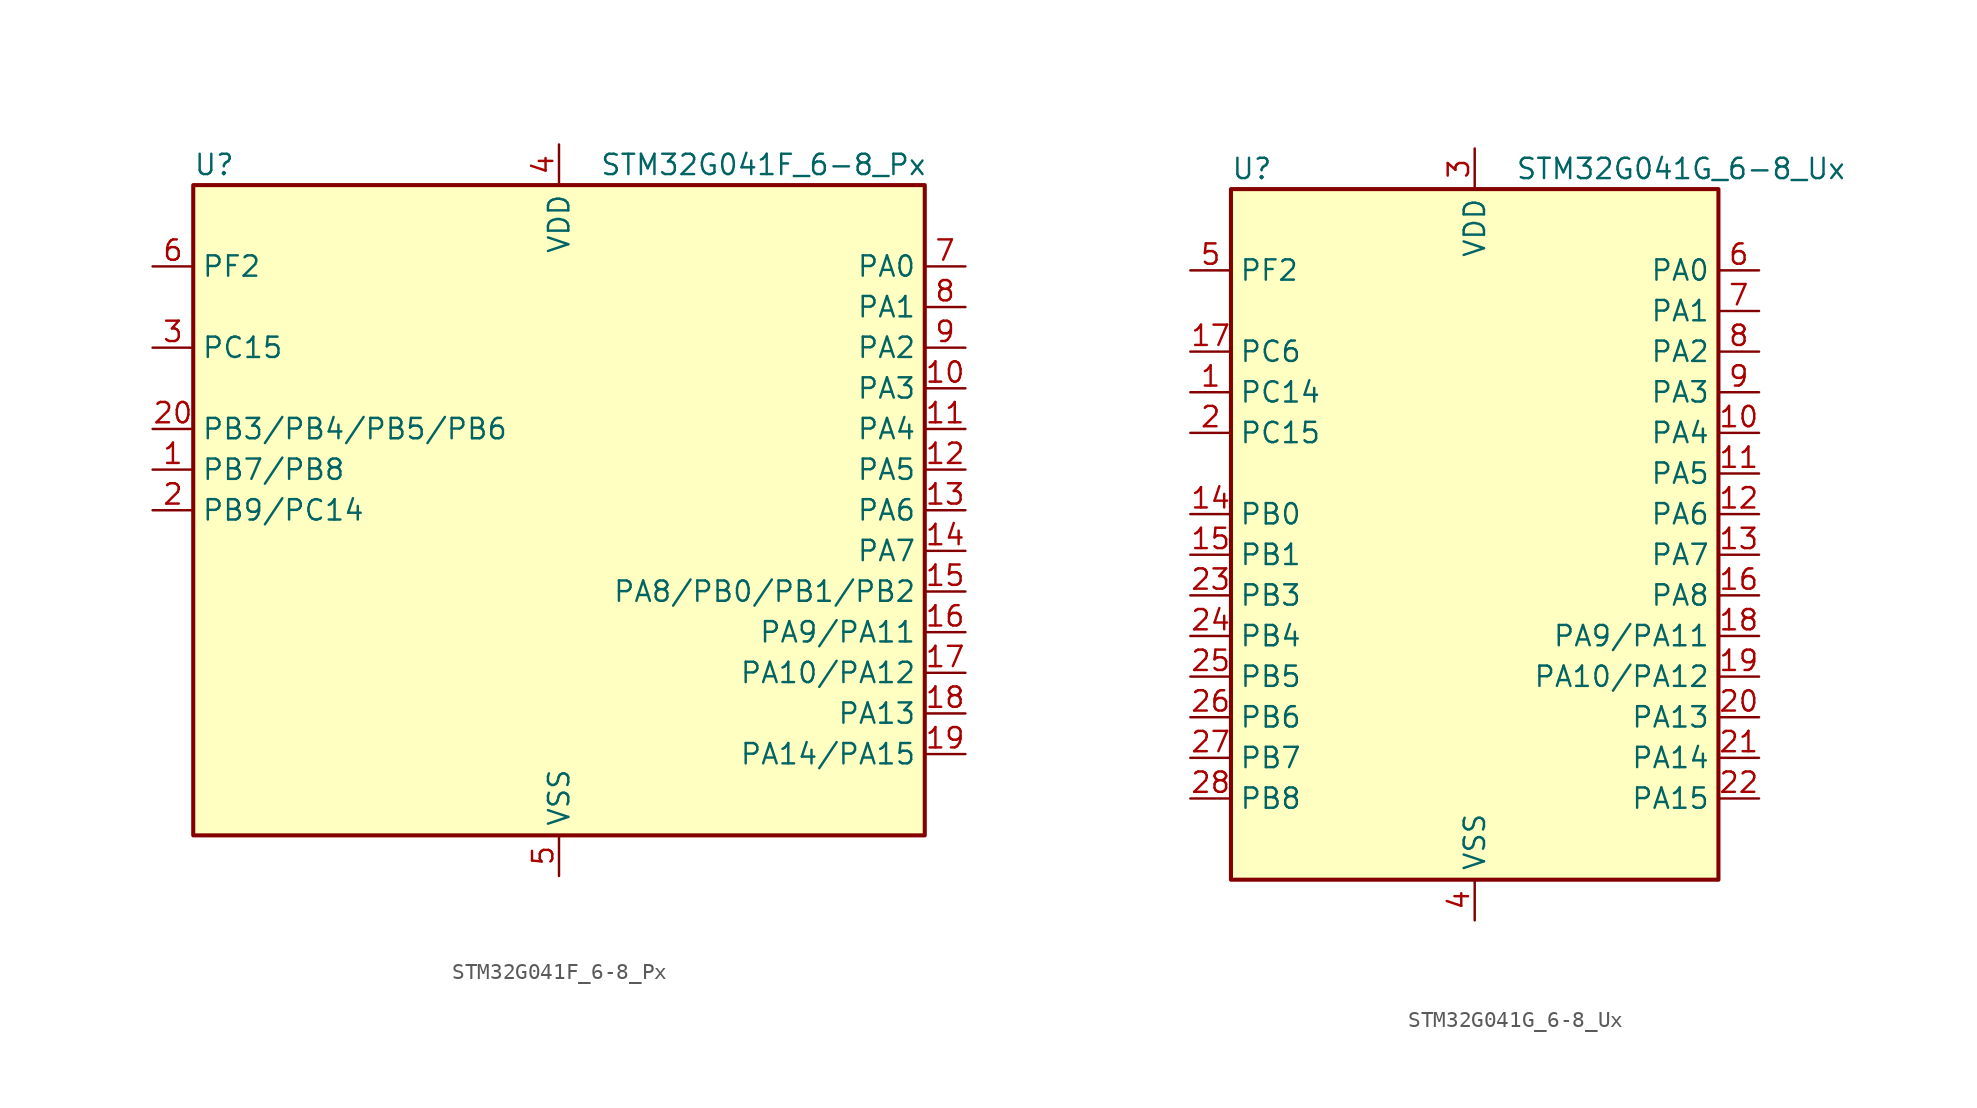
<source format=kicad_sym>
(kicad_symbol_lib
  (version 20231120)
  (generator "kicad-library-utils")
  (generator_version "8.0")
  (symbol "STM32G041F_6-8_Px"
    (property "Reference" "U"
      (at -22.86 21.59 0)
      (effects (font (size 1.27 1.27)) (justify left)))
    (property "Value" "STM32G041F_6-8_Px"
      (at 2.54 21.59 0)
      (effects (font (size 1.27 1.27)) (justify left)))
    (symbol "STM32G041F_6-8_Px_0_1"
      (rectangle (start -22.86 -20.32) (end 22.86 20.32) (stroke (width 0.254) (type default)) (fill (type background))))
    (symbol "STM32G041F_6-8_Px_1_1"
      (pin bidirectional line (at -25.4 2.54 0) (length 2.54) (name "PB7/PB8" (effects (font (size 1.27 1.27)))) (number "1" (effects (font (size 1.27 1.27)))) (alternate "PB7" bidirectional line) (alternate "ADC1_IN11 (PB7)" bidirectional line) (alternate "I2C1_SDA (PB7)" bidirectional line) (alternate "LPTIM1_IN2 (PB7)" bidirectional line) (alternate "SPI2_MOSI (PB7)" bidirectional line) (alternate "SYS_PVD_IN (PB7)" bidirectional line) (alternate "TIM17_CH1N (PB7)" bidirectional line) (alternate "USART1_RX (PB7)" bidirectional line) (alternate "PB8" bidirectional line) (alternate "I2C1_SCL (PB8)" bidirectional line) (alternate "SPI2_SCK (PB8)" bidirectional line) (alternate "TIM16_CH1 (PB8)" bidirectional line))
      (pin bidirectional line (at 25.4 7.62 180) (length 2.54) (name "PA3" (effects (font (size 1.27 1.27)))) (number "10" (effects (font (size 1.27 1.27)))) (alternate "ADC1_IN3" bidirectional line) (alternate "LPUART1_RX" bidirectional line) (alternate "SPI2_MISO" bidirectional line) (alternate "TIM2_CH4" bidirectional line) (alternate "USART2_RX" bidirectional line))
      (pin bidirectional line (at 25.4 5.08 180) (length 2.54) (name "PA4" (effects (font (size 1.27 1.27)))) (number "11" (effects (font (size 1.27 1.27)))) (alternate "ADC1_IN4" bidirectional line) (alternate "I2S1_WS" bidirectional line) (alternate "LPTIM2_OUT" bidirectional line) (alternate "RTC_OUT_ALARM" bidirectional line) (alternate "RTC_OUT_CALIB" bidirectional line) (alternate "RTC_TAMP_IN1" bidirectional line) (alternate "RTC_TS" bidirectional line) (alternate "SPI1_NSS" bidirectional line) (alternate "SPI2_MOSI" bidirectional line) (alternate "SYS_WKUP2" bidirectional line) (alternate "TIM14_CH1" bidirectional line))
      (pin bidirectional line (at 25.4 2.54 180) (length 2.54) (name "PA5" (effects (font (size 1.27 1.27)))) (number "12" (effects (font (size 1.27 1.27)))) (alternate "ADC1_IN5" bidirectional line) (alternate "I2S1_CK" bidirectional line) (alternate "LPTIM2_ETR" bidirectional line) (alternate "SPI1_SCK" bidirectional line) (alternate "TIM2_CH1" bidirectional line) (alternate "TIM2_ETR" bidirectional line))
      (pin bidirectional line (at 25.4 0 180) (length 2.54) (name "PA6" (effects (font (size 1.27 1.27)))) (number "13" (effects (font (size 1.27 1.27)))) (alternate "ADC1_IN6" bidirectional line) (alternate "I2S1_MCK" bidirectional line) (alternate "LPUART1_CTS" bidirectional line) (alternate "SPI1_MISO" bidirectional line) (alternate "TIM16_CH1" bidirectional line) (alternate "TIM1_BK" bidirectional line) (alternate "TIM3_CH1" bidirectional line))
      (pin bidirectional line (at 25.4 -2.54 180) (length 2.54) (name "PA7" (effects (font (size 1.27 1.27)))) (number "14" (effects (font (size 1.27 1.27)))) (alternate "ADC1_IN7" bidirectional line) (alternate "I2S1_SD" bidirectional line) (alternate "SPI1_MOSI" bidirectional line) (alternate "TIM14_CH1" bidirectional line) (alternate "TIM17_CH1" bidirectional line) (alternate "TIM1_CH1N" bidirectional line) (alternate "TIM3_CH2" bidirectional line))
      (pin bidirectional line (at 25.4 -5.08 180) (length 2.54) (name "PA8/PB0/PB1/PB2" (effects (font (size 1.27 1.27)))) (number "15" (effects (font (size 1.27 1.27)))) (alternate "PA8" bidirectional line) (alternate "LPTIM2_OUT (PA8)" bidirectional line) (alternate "RCC_MCO (PA8)" bidirectional line) (alternate "SPI2_NSS (PA8)" bidirectional line) (alternate "TIM1_CH1 (PA8)" bidirectional line) (alternate "PB0" bidirectional line) (alternate "ADC1_IN8 (PB0)" bidirectional line) (alternate "I2S1_WS (PB0)" bidirectional line) (alternate "LPTIM1_OUT (PB0)" bidirectional line) (alternate "SPI1_NSS (PB0)" bidirectional line) (alternate "TIM1_CH2N (PB0)" bidirectional line) (alternate "TIM3_CH3 (PB0)" bidirectional line) (alternate "PB1" bidirectional line) (alternate "ADC1_IN9 (PB1)" bidirectional line) (alternate "LPTIM2_IN1 (PB1)" bidirectional line) (alternate "LPUART1_DE (PB1)" bidirectional line) (alternate "LPUART1_RTS (PB1)" bidirectional line) (alternate "TIM14_CH1 (PB1)" bidirectional line) (alternate "TIM1_CH3N (PB1)" bidirectional line) (alternate "TIM3_CH4 (PB1)" bidirectional line) (alternate "PB2" bidirectional line) (alternate "ADC1_IN10 (PB2)" bidirectional line) (alternate "LPTIM1_OUT (PB2)" bidirectional line) (alternate "SPI2_MISO (PB2)" bidirectional line))
      (pin bidirectional line (at 25.4 -7.62 180) (length 2.54) (name "PA9/PA11" (effects (font (size 1.27 1.27)))) (number "16" (effects (font (size 1.27 1.27)))) (alternate "PA9" bidirectional line) (alternate "I2C1_SCL (PA9)" bidirectional line) (alternate "RCC_MCO (PA9)" bidirectional line) (alternate "SPI2_MISO (PA9)" bidirectional line) (alternate "TIM1_CH2 (PA9)" bidirectional line) (alternate "USART1_TX (PA9)" bidirectional line) (alternate "PA11" bidirectional line) (alternate "ADC1_EXTI11 (PA11)" bidirectional line) (alternate "ADC1_IN15 (PA11)" bidirectional line) (alternate "I2C2_SCL (PA11)" bidirectional line) (alternate "I2S1_MCK (PA11)" bidirectional line) (alternate "SPI1_MISO (PA11)" bidirectional line) (alternate "TIM1_BK2 (PA11)" bidirectional line) (alternate "TIM1_CH4 (PA11)" bidirectional line) (alternate "USART1_CTS (PA11)" bidirectional line) (alternate "USART1_NSS (PA11)" bidirectional line))
      (pin bidirectional line (at 25.4 -10.16 180) (length 2.54) (name "PA10/PA12" (effects (font (size 1.27 1.27)))) (number "17" (effects (font (size 1.27 1.27)))) (alternate "PA10" bidirectional line) (alternate "I2C1_SDA (PA10)" bidirectional line) (alternate "SPI2_MOSI (PA10)" bidirectional line) (alternate "TIM17_BK (PA10)" bidirectional line) (alternate "TIM1_CH3 (PA10)" bidirectional line) (alternate "USART1_RX (PA10)" bidirectional line) (alternate "PA12" bidirectional line) (alternate "ADC1_IN16 (PA12)" bidirectional line) (alternate "I2C2_SDA (PA12)" bidirectional line) (alternate "I2S1_SD (PA12)" bidirectional line) (alternate "I2S_CKIN (PA12)" bidirectional line) (alternate "SPI1_MOSI (PA12)" bidirectional line) (alternate "TIM1_ETR (PA12)" bidirectional line) (alternate "USART1_CK (PA12)" bidirectional line) (alternate "USART1_DE (PA12)" bidirectional line) (alternate "USART1_RTS (PA12)" bidirectional line))
      (pin bidirectional line (at 25.4 -12.7 180) (length 2.54) (name "PA13" (effects (font (size 1.27 1.27)))) (number "18" (effects (font (size 1.27 1.27)))) (alternate "ADC1_IN17" bidirectional line) (alternate "IR_OUT" bidirectional line) (alternate "SYS_SWDIO" bidirectional line))
      (pin bidirectional line (at 25.4 -15.24 180) (length 2.54) (name "PA14/PA15" (effects (font (size 1.27 1.27)))) (number "19" (effects (font (size 1.27 1.27)))) (alternate "PA14" bidirectional line) (alternate "ADC1_IN18 (PA14)" bidirectional line) (alternate "SYS_SWCLK (PA14)" bidirectional line) (alternate "USART2_TX (PA14)" bidirectional line) (alternate "PA15" bidirectional line) (alternate "I2S1_WS (PA15)" bidirectional line) (alternate "SPI1_NSS (PA15)" bidirectional line) (alternate "TIM2_CH1 (PA15)" bidirectional line) (alternate "TIM2_ETR (PA15)" bidirectional line) (alternate "USART2_RX (PA15)" bidirectional line))
      (pin bidirectional line (at -25.4 0 0) (length 2.54) (name "PB9/PC14" (effects (font (size 1.27 1.27)))) (number "2" (effects (font (size 1.27 1.27)))) (alternate "PB9" bidirectional line) (alternate "I2C1_SDA (PB9)" bidirectional line) (alternate "IR_OUT (PB9)" bidirectional line) (alternate "SPI2_NSS (PB9)" bidirectional line) (alternate "TIM17_CH1 (PB9)" bidirectional line) (alternate "PC14" bidirectional line) (alternate "RCC_OSC32_IN (PC14)" bidirectional line) (alternate "RCC_OSC_IN (PC14)" bidirectional line) (alternate "TIM1_BK2 (PC14)" bidirectional line))
      (pin bidirectional line (at -25.4 5.08 0) (length 2.54) (name "PB3/PB4/PB5/PB6" (effects (font (size 1.27 1.27)))) (number "20" (effects (font (size 1.27 1.27)))) (alternate "PB3" bidirectional line) (alternate "I2S1_CK (PB3)" bidirectional line) (alternate "SPI1_SCK (PB3)" bidirectional line) (alternate "TIM1_CH2 (PB3)" bidirectional line) (alternate "TIM2_CH2 (PB3)" bidirectional line) (alternate "USART1_CK (PB3)" bidirectional line) (alternate "USART1_DE (PB3)" bidirectional line) (alternate "USART1_RTS (PB3)" bidirectional line) (alternate "PB4" bidirectional line) (alternate "I2S1_MCK (PB4)" bidirectional line) (alternate "SPI1_MISO (PB4)" bidirectional line) (alternate "TIM17_BK (PB4)" bidirectional line) (alternate "TIM3_CH1 (PB4)" bidirectional line) (alternate "USART1_CTS (PB4)" bidirectional line) (alternate "USART1_NSS (PB4)" bidirectional line) (alternate "PB5" bidirectional line) (alternate "I2C1_SMBA (PB5)" bidirectional line) (alternate "I2S1_SD (PB5)" bidirectional line) (alternate "LPTIM1_IN1 (PB5)" bidirectional line) (alternate "SPI1_MOSI (PB5)" bidirectional line) (alternate "SYS_WKUP6 (PB5)" bidirectional line) (alternate "TIM16_BK (PB5)" bidirectional line) (alternate "TIM3_CH2 (PB5)" bidirectional line) (alternate "PB6" bidirectional line) (alternate "I2C1_SCL (PB6)" bidirectional line) (alternate "LPTIM1_ETR (PB6)" bidirectional line) (alternate "SPI2_MISO (PB6)" bidirectional line) (alternate "TIM16_CH1N (PB6)" bidirectional line) (alternate "TIM1_CH3 (PB6)" bidirectional line) (alternate "USART1_TX (PB6)" bidirectional line))
      (pin bidirectional line (at -25.4 10.16 0) (length 2.54) (name "PC15" (effects (font (size 1.27 1.27)))) (number "3" (effects (font (size 1.27 1.27)))) (alternate "RCC_OSC32_EN" bidirectional line) (alternate "RCC_OSC32_OUT" bidirectional line) (alternate "RCC_OSC_EN" bidirectional line))
      (pin power_in line (at 0 22.86 270) (length 2.54) (name "VDD" (effects (font (size 1.27 1.27)))) (number "4" (effects (font (size 1.27 1.27)))))
      (pin power_in line (at 0 -22.86 90) (length 2.54) (name "VSS" (effects (font (size 1.27 1.27)))) (number "5" (effects (font (size 1.27 1.27)))))
      (pin bidirectional line (at -25.4 15.24 0) (length 2.54) (name "PF2" (effects (font (size 1.27 1.27)))) (number "6" (effects (font (size 1.27 1.27)))) (alternate "RCC_MCO" bidirectional line))
      (pin bidirectional line (at 25.4 15.24 180) (length 2.54) (name "PA0" (effects (font (size 1.27 1.27)))) (number "7" (effects (font (size 1.27 1.27)))) (alternate "ADC1_IN0" bidirectional line) (alternate "LPTIM1_OUT" bidirectional line) (alternate "RTC_TAMP_IN2" bidirectional line) (alternate "SPI2_SCK" bidirectional line) (alternate "SYS_WKUP1" bidirectional line) (alternate "TIM2_CH1" bidirectional line) (alternate "TIM2_ETR" bidirectional line) (alternate "USART2_CTS" bidirectional line) (alternate "USART2_NSS" bidirectional line))
      (pin bidirectional line (at 25.4 12.7 180) (length 2.54) (name "PA1" (effects (font (size 1.27 1.27)))) (number "8" (effects (font (size 1.27 1.27)))) (alternate "ADC1_IN1" bidirectional line) (alternate "I2C1_SMBA" bidirectional line) (alternate "I2S1_CK" bidirectional line) (alternate "SPI1_SCK" bidirectional line) (alternate "TIM2_CH2" bidirectional line) (alternate "USART2_CK" bidirectional line) (alternate "USART2_DE" bidirectional line) (alternate "USART2_RTS" bidirectional line))
      (pin bidirectional line (at 25.4 10.16 180) (length 2.54) (name "PA2" (effects (font (size 1.27 1.27)))) (number "9" (effects (font (size 1.27 1.27)))) (alternate "ADC1_IN2" bidirectional line) (alternate "I2S1_SD" bidirectional line) (alternate "LPUART1_TX" bidirectional line) (alternate "RCC_LSCO" bidirectional line) (alternate "SPI1_MOSI" bidirectional line) (alternate "SYS_WKUP4" bidirectional line) (alternate "TIM2_CH3" bidirectional line) (alternate "USART2_TX" bidirectional line))))
  (symbol "STM32G041G_6-8_Ux"
    (property "Reference" "U"
      (at -15.24 24.13 0)
      (effects (font (size 1.27 1.27)) (justify left)))
    (property "Value" "STM32G041G_6-8_Ux"
      (at 2.54 24.13 0)
      (effects (font (size 1.27 1.27)) (justify left)))
    (symbol "STM32G041G_6-8_Ux_0_1"
      (rectangle (start -15.24 -20.32) (end 15.24 22.86) (stroke (width 0.254) (type default)) (fill (type background))))
    (symbol "STM32G041G_6-8_Ux_1_1"
      (pin bidirectional line (at -17.78 10.16 0) (length 2.54) (name "PC14" (effects (font (size 1.27 1.27)))) (number "1" (effects (font (size 1.27 1.27)))) (alternate "RCC_OSC32_IN" bidirectional line) (alternate "RCC_OSC_IN" bidirectional line) (alternate "TIM1_BK2" bidirectional line))
      (pin bidirectional line (at 17.78 7.62 180) (length 2.54) (name "PA4" (effects (font (size 1.27 1.27)))) (number "10" (effects (font (size 1.27 1.27)))) (alternate "ADC1_IN4" bidirectional line) (alternate "I2S1_WS" bidirectional line) (alternate "LPTIM2_OUT" bidirectional line) (alternate "RTC_OUT_ALARM" bidirectional line) (alternate "RTC_OUT_CALIB" bidirectional line) (alternate "RTC_TAMP_IN1" bidirectional line) (alternate "RTC_TS" bidirectional line) (alternate "SPI1_NSS" bidirectional line) (alternate "SPI2_MOSI" bidirectional line) (alternate "SYS_WKUP2" bidirectional line) (alternate "TIM14_CH1" bidirectional line))
      (pin bidirectional line (at 17.78 5.08 180) (length 2.54) (name "PA5" (effects (font (size 1.27 1.27)))) (number "11" (effects (font (size 1.27 1.27)))) (alternate "ADC1_IN5" bidirectional line) (alternate "I2S1_CK" bidirectional line) (alternate "LPTIM2_ETR" bidirectional line) (alternate "SPI1_SCK" bidirectional line) (alternate "TIM2_CH1" bidirectional line) (alternate "TIM2_ETR" bidirectional line))
      (pin bidirectional line (at 17.78 2.54 180) (length 2.54) (name "PA6" (effects (font (size 1.27 1.27)))) (number "12" (effects (font (size 1.27 1.27)))) (alternate "ADC1_IN6" bidirectional line) (alternate "I2S1_MCK" bidirectional line) (alternate "LPUART1_CTS" bidirectional line) (alternate "SPI1_MISO" bidirectional line) (alternate "TIM16_CH1" bidirectional line) (alternate "TIM1_BK" bidirectional line) (alternate "TIM3_CH1" bidirectional line))
      (pin bidirectional line (at 17.78 0 180) (length 2.54) (name "PA7" (effects (font (size 1.27 1.27)))) (number "13" (effects (font (size 1.27 1.27)))) (alternate "ADC1_IN7" bidirectional line) (alternate "I2S1_SD" bidirectional line) (alternate "SPI1_MOSI" bidirectional line) (alternate "TIM14_CH1" bidirectional line) (alternate "TIM17_CH1" bidirectional line) (alternate "TIM1_CH1N" bidirectional line) (alternate "TIM3_CH2" bidirectional line))
      (pin bidirectional line (at -17.78 2.54 0) (length 2.54) (name "PB0" (effects (font (size 1.27 1.27)))) (number "14" (effects (font (size 1.27 1.27)))) (alternate "ADC1_IN8" bidirectional line) (alternate "I2S1_WS" bidirectional line) (alternate "LPTIM1_OUT" bidirectional line) (alternate "SPI1_NSS" bidirectional line) (alternate "TIM1_CH2N" bidirectional line) (alternate "TIM3_CH3" bidirectional line))
      (pin bidirectional line (at -17.78 0 0) (length 2.54) (name "PB1" (effects (font (size 1.27 1.27)))) (number "15" (effects (font (size 1.27 1.27)))) (alternate "ADC1_IN9" bidirectional line) (alternate "LPTIM2_IN1" bidirectional line) (alternate "LPUART1_DE" bidirectional line) (alternate "LPUART1_RTS" bidirectional line) (alternate "TIM14_CH1" bidirectional line) (alternate "TIM1_CH3N" bidirectional line) (alternate "TIM3_CH4" bidirectional line))
      (pin bidirectional line (at 17.78 -2.54 180) (length 2.54) (name "PA8" (effects (font (size 1.27 1.27)))) (number "16" (effects (font (size 1.27 1.27)))) (alternate "LPTIM2_OUT" bidirectional line) (alternate "RCC_MCO" bidirectional line) (alternate "SPI2_NSS" bidirectional line) (alternate "TIM1_CH1" bidirectional line))
      (pin bidirectional line (at -17.78 12.7 0) (length 2.54) (name "PC6" (effects (font (size 1.27 1.27)))) (number "17" (effects (font (size 1.27 1.27)))) (alternate "TIM2_CH3" bidirectional line) (alternate "TIM3_CH1" bidirectional line))
      (pin bidirectional line (at 17.78 -5.08 180) (length 2.54) (name "PA9/PA11" (effects (font (size 1.27 1.27)))) (number "18" (effects (font (size 1.27 1.27)))) (alternate "PA9" bidirectional line) (alternate "I2C1_SCL (PA9)" bidirectional line) (alternate "RCC_MCO (PA9)" bidirectional line) (alternate "SPI2_MISO (PA9)" bidirectional line) (alternate "TIM1_CH2 (PA9)" bidirectional line) (alternate "USART1_TX (PA9)" bidirectional line) (alternate "PA11" bidirectional line) (alternate "ADC1_EXTI11 (PA11)" bidirectional line) (alternate "ADC1_IN15 (PA11)" bidirectional line) (alternate "I2C2_SCL (PA11)" bidirectional line) (alternate "I2S1_MCK (PA11)" bidirectional line) (alternate "SPI1_MISO (PA11)" bidirectional line) (alternate "TIM1_BK2 (PA11)" bidirectional line) (alternate "TIM1_CH4 (PA11)" bidirectional line) (alternate "USART1_CTS (PA11)" bidirectional line) (alternate "USART1_NSS (PA11)" bidirectional line))
      (pin bidirectional line (at 17.78 -7.62 180) (length 2.54) (name "PA10/PA12" (effects (font (size 1.27 1.27)))) (number "19" (effects (font (size 1.27 1.27)))) (alternate "PA10" bidirectional line) (alternate "I2C1_SDA (PA10)" bidirectional line) (alternate "SPI2_MOSI (PA10)" bidirectional line) (alternate "TIM17_BK (PA10)" bidirectional line) (alternate "TIM1_CH3 (PA10)" bidirectional line) (alternate "USART1_RX (PA10)" bidirectional line) (alternate "PA12" bidirectional line) (alternate "ADC1_IN16 (PA12)" bidirectional line) (alternate "I2C2_SDA (PA12)" bidirectional line) (alternate "I2S1_SD (PA12)" bidirectional line) (alternate "I2S_CKIN (PA12)" bidirectional line) (alternate "SPI1_MOSI (PA12)" bidirectional line) (alternate "TIM1_ETR (PA12)" bidirectional line) (alternate "USART1_CK (PA12)" bidirectional line) (alternate "USART1_DE (PA12)" bidirectional line) (alternate "USART1_RTS (PA12)" bidirectional line))
      (pin bidirectional line (at -17.78 7.62 0) (length 2.54) (name "PC15" (effects (font (size 1.27 1.27)))) (number "2" (effects (font (size 1.27 1.27)))) (alternate "RCC_OSC32_EN" bidirectional line) (alternate "RCC_OSC32_OUT" bidirectional line) (alternate "RCC_OSC_EN" bidirectional line))
      (pin bidirectional line (at 17.78 -10.16 180) (length 2.54) (name "PA13" (effects (font (size 1.27 1.27)))) (number "20" (effects (font (size 1.27 1.27)))) (alternate "ADC1_IN17" bidirectional line) (alternate "IR_OUT" bidirectional line) (alternate "SYS_SWDIO" bidirectional line))
      (pin bidirectional line (at 17.78 -12.7 180) (length 2.54) (name "PA14" (effects (font (size 1.27 1.27)))) (number "21" (effects (font (size 1.27 1.27)))) (alternate "ADC1_IN18" bidirectional line) (alternate "SYS_SWCLK" bidirectional line) (alternate "USART2_TX" bidirectional line))
      (pin bidirectional line (at 17.78 -15.24 180) (length 2.54) (name "PA15" (effects (font (size 1.27 1.27)))) (number "22" (effects (font (size 1.27 1.27)))) (alternate "I2S1_WS" bidirectional line) (alternate "SPI1_NSS" bidirectional line) (alternate "TIM2_CH1" bidirectional line) (alternate "TIM2_ETR" bidirectional line) (alternate "USART2_RX" bidirectional line))
      (pin bidirectional line (at -17.78 -2.54 0) (length 2.54) (name "PB3" (effects (font (size 1.27 1.27)))) (number "23" (effects (font (size 1.27 1.27)))) (alternate "I2S1_CK" bidirectional line) (alternate "SPI1_SCK" bidirectional line) (alternate "TIM1_CH2" bidirectional line) (alternate "TIM2_CH2" bidirectional line) (alternate "USART1_CK" bidirectional line) (alternate "USART1_DE" bidirectional line) (alternate "USART1_RTS" bidirectional line))
      (pin bidirectional line (at -17.78 -5.08 0) (length 2.54) (name "PB4" (effects (font (size 1.27 1.27)))) (number "24" (effects (font (size 1.27 1.27)))) (alternate "I2S1_MCK" bidirectional line) (alternate "SPI1_MISO" bidirectional line) (alternate "TIM17_BK" bidirectional line) (alternate "TIM3_CH1" bidirectional line) (alternate "USART1_CTS" bidirectional line) (alternate "USART1_NSS" bidirectional line))
      (pin bidirectional line (at -17.78 -7.62 0) (length 2.54) (name "PB5" (effects (font (size 1.27 1.27)))) (number "25" (effects (font (size 1.27 1.27)))) (alternate "I2C1_SMBA" bidirectional line) (alternate "I2S1_SD" bidirectional line) (alternate "LPTIM1_IN1" bidirectional line) (alternate "SPI1_MOSI" bidirectional line) (alternate "SYS_WKUP6" bidirectional line) (alternate "TIM16_BK" bidirectional line) (alternate "TIM3_CH2" bidirectional line))
      (pin bidirectional line (at -17.78 -10.16 0) (length 2.54) (name "PB6" (effects (font (size 1.27 1.27)))) (number "26" (effects (font (size 1.27 1.27)))) (alternate "I2C1_SCL" bidirectional line) (alternate "LPTIM1_ETR" bidirectional line) (alternate "SPI2_MISO" bidirectional line) (alternate "TIM16_CH1N" bidirectional line) (alternate "TIM1_CH3" bidirectional line) (alternate "USART1_TX" bidirectional line))
      (pin bidirectional line (at -17.78 -12.7 0) (length 2.54) (name "PB7" (effects (font (size 1.27 1.27)))) (number "27" (effects (font (size 1.27 1.27)))) (alternate "ADC1_IN11" bidirectional line) (alternate "I2C1_SDA" bidirectional line) (alternate "LPTIM1_IN2" bidirectional line) (alternate "SPI2_MOSI" bidirectional line) (alternate "SYS_PVD_IN" bidirectional line) (alternate "TIM17_CH1N" bidirectional line) (alternate "USART1_RX" bidirectional line))
      (pin bidirectional line (at -17.78 -15.24 0) (length 2.54) (name "PB8" (effects (font (size 1.27 1.27)))) (number "28" (effects (font (size 1.27 1.27)))) (alternate "I2C1_SCL" bidirectional line) (alternate "SPI2_SCK" bidirectional line) (alternate "TIM16_CH1" bidirectional line))
      (pin power_in line (at 0 25.4 270) (length 2.54) (name "VDD" (effects (font (size 1.27 1.27)))) (number "3" (effects (font (size 1.27 1.27)))))
      (pin power_in line (at 0 -22.86 90) (length 2.54) (name "VSS" (effects (font (size 1.27 1.27)))) (number "4" (effects (font (size 1.27 1.27)))))
      (pin bidirectional line (at -17.78 17.78 0) (length 2.54) (name "PF2" (effects (font (size 1.27 1.27)))) (number "5" (effects (font (size 1.27 1.27)))) (alternate "RCC_MCO" bidirectional line))
      (pin bidirectional line (at 17.78 17.78 180) (length 2.54) (name "PA0" (effects (font (size 1.27 1.27)))) (number "6" (effects (font (size 1.27 1.27)))) (alternate "ADC1_IN0" bidirectional line) (alternate "LPTIM1_OUT" bidirectional line) (alternate "RTC_TAMP_IN2" bidirectional line) (alternate "SPI2_SCK" bidirectional line) (alternate "SYS_WKUP1" bidirectional line) (alternate "TIM2_CH1" bidirectional line) (alternate "TIM2_ETR" bidirectional line) (alternate "USART2_CTS" bidirectional line) (alternate "USART2_NSS" bidirectional line))
      (pin bidirectional line (at 17.78 15.24 180) (length 2.54) (name "PA1" (effects (font (size 1.27 1.27)))) (number "7" (effects (font (size 1.27 1.27)))) (alternate "ADC1_IN1" bidirectional line) (alternate "I2C1_SMBA" bidirectional line) (alternate "I2S1_CK" bidirectional line) (alternate "SPI1_SCK" bidirectional line) (alternate "TIM2_CH2" bidirectional line) (alternate "USART2_CK" bidirectional line) (alternate "USART2_DE" bidirectional line) (alternate "USART2_RTS" bidirectional line))
      (pin bidirectional line (at 17.78 12.7 180) (length 2.54) (name "PA2" (effects (font (size 1.27 1.27)))) (number "8" (effects (font (size 1.27 1.27)))) (alternate "ADC1_IN2" bidirectional line) (alternate "I2S1_SD" bidirectional line) (alternate "LPUART1_TX" bidirectional line) (alternate "RCC_LSCO" bidirectional line) (alternate "SPI1_MOSI" bidirectional line) (alternate "SYS_WKUP4" bidirectional line) (alternate "TIM2_CH3" bidirectional line) (alternate "USART2_TX" bidirectional line))
      (pin bidirectional line (at 17.78 10.16 180) (length 2.54) (name "PA3" (effects (font (size 1.27 1.27)))) (number "9" (effects (font (size 1.27 1.27)))) (alternate "ADC1_IN3" bidirectional line) (alternate "LPUART1_RX" bidirectional line) (alternate "SPI2_MISO" bidirectional line) (alternate "TIM2_CH4" bidirectional line) (alternate "USART2_RX" bidirectional line)))))
</source>
